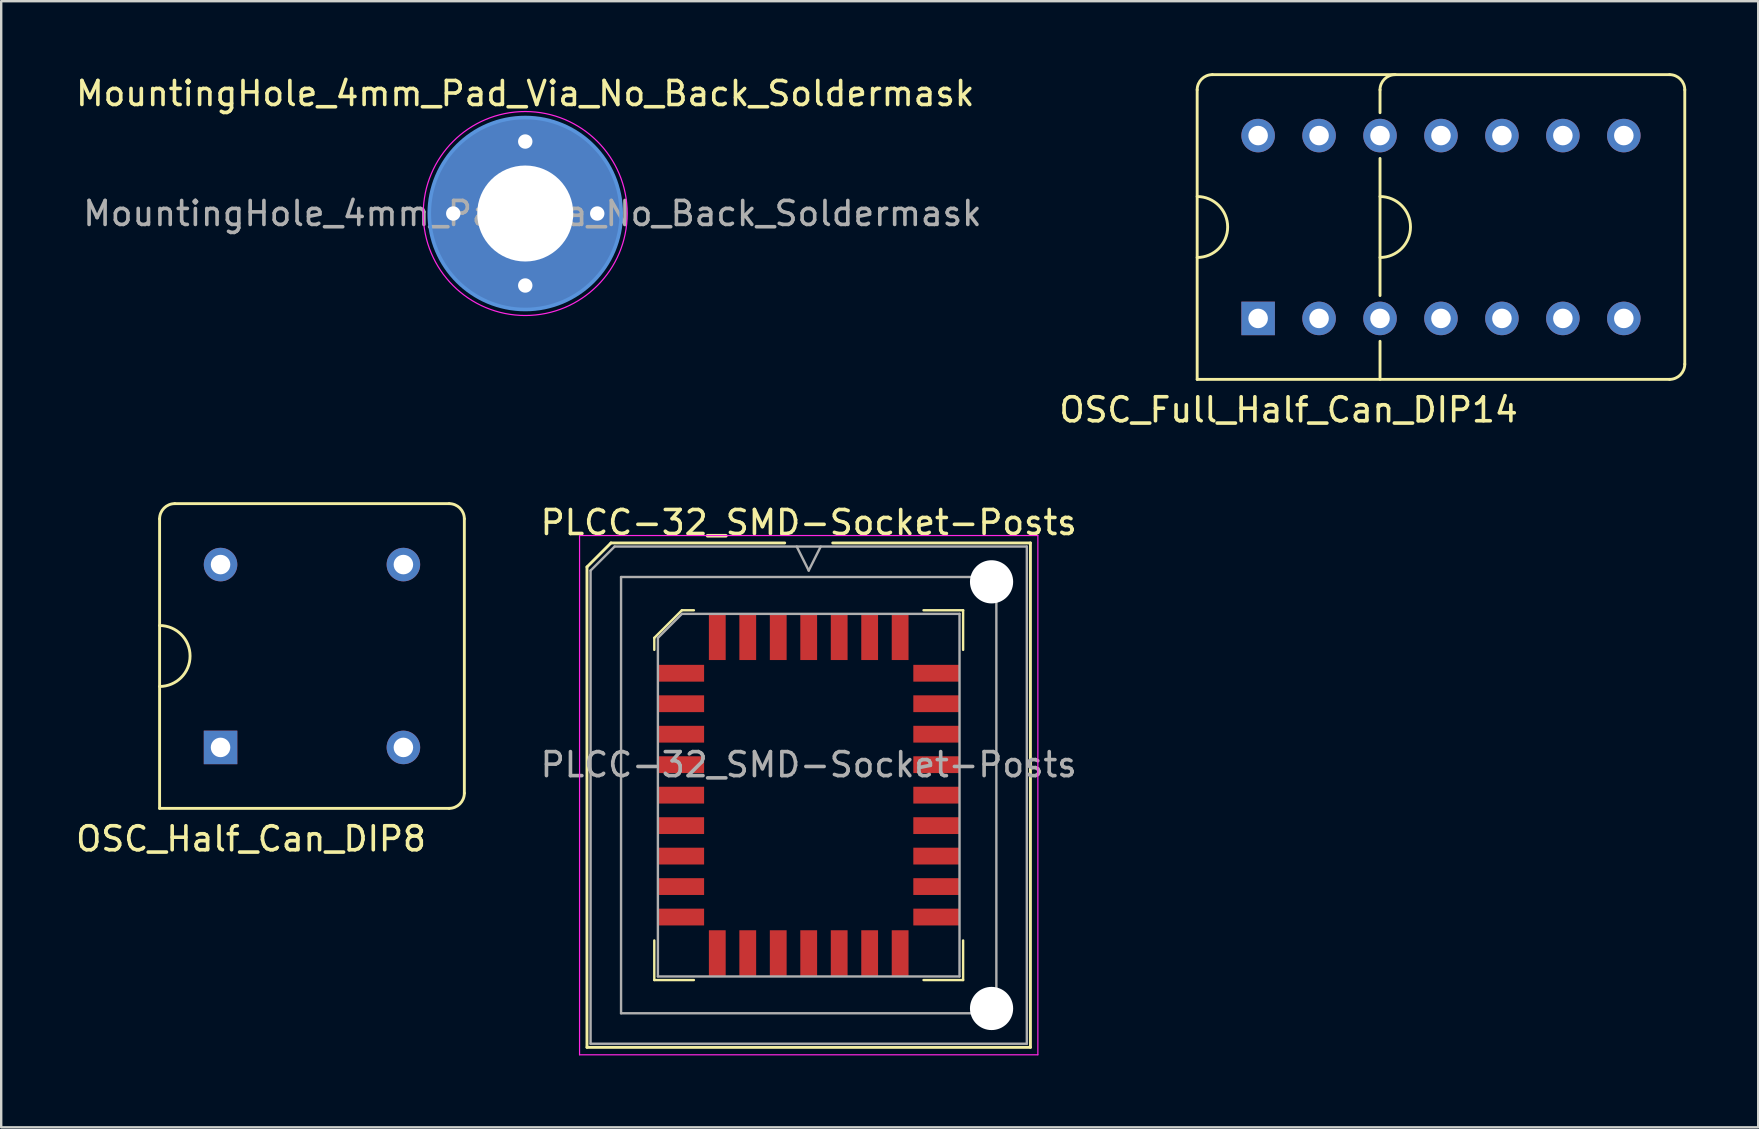
<source format=kicad_pcb>
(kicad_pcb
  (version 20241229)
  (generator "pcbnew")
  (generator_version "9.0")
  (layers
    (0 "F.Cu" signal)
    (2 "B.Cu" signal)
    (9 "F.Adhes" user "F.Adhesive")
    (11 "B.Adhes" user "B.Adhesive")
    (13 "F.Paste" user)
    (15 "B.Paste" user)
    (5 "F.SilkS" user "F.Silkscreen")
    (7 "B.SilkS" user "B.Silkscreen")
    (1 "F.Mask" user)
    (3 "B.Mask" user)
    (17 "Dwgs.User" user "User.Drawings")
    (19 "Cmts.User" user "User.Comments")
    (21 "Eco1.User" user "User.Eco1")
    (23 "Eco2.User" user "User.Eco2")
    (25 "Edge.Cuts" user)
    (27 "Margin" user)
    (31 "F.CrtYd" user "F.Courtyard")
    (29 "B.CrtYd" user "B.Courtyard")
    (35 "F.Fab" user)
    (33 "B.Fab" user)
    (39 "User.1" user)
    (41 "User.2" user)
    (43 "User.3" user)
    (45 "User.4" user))
  (footprint "MountingHole_4mm_Pad_Via_No_Back_Soldermask"
    (layer "F.Cu")
    (at 18.839 5.848)
    (property "Reference" "MountingHole_4mm_Pad_Via_No_Back_Soldermask" (at 0 -5 0) (layer "F.SilkS") (effects (font (size 1 1) (thickness 0.15))))
    (attr exclude_from_pos_files exclude_from_bom)
    (fp_circle (center 0 0) (end 4 0) (stroke (width 0.15) (type solid)) (fill no) (layer "Cmts.User"))
    (fp_circle (center 0 0) (end 4.25 0) (stroke (width 0.05) (type solid)) (fill no) (layer "F.CrtYd"))
    (fp_text user "${REFERENCE}" (at 0.3 0 0) (layer "F.Fab") (effects (font (size 1 1) (thickness 0.15))))
    (pad "1" thru_hole circle (at -3 0) (size 0.9 0.9) (drill 0.6) (layers "*.Cu" "F.Mask"))
    (pad "1" thru_hole circle (at 0 -3) (size 0.9 0.9) (drill 0.6) (layers "*.Cu" "F.Mask"))
    (pad "1" thru_hole circle (at 0 0) (size 8 8) (drill 4) (layers "*.Cu" "F.Mask"))
    (pad "1" thru_hole circle (at 0 3) (size 0.9 0.9) (drill 0.6) (layers "*.Cu" "F.Mask"))
    (pad "1" thru_hole circle (at 3 0) (size 0.9 0.9) (drill 0.6) (layers "*.Cu" "F.Mask")))
  (footprint "OSC_Full_Half_Can_DIP14"
    (layer "F.Cu")
    (at 57.001 6.41)
    (property "Reference" "OSC_Full_Half_Can_DIP14" (at -6.35 7.62 0) (layer "F.SilkS") (effects (font (size 1 1) (thickness 0.15))))
    (attr through_hole)
    (fp_line (start -10.16 6.35) (end -10.16 -5.715) (stroke (width 0.12) (type solid)) (layer "F.SilkS"))
    (fp_line (start -9.525 -6.35) (end 9.525 -6.35) (stroke (width 0.12) (type solid)) (layer "F.SilkS"))
    (fp_line (start -2.54 -5.715) (end -2.54 -4.763) (stroke (width 0.12) (type solid)) (layer "F.SilkS"))
    (fp_line (start -2.54 -2.857) (end -2.54 2.857) (stroke (width 0.12) (type solid)) (layer "F.SilkS"))
    (fp_line (start -2.54 6.35) (end -2.54 4.763) (stroke (width 0.12) (type solid)) (layer "F.SilkS"))
    (fp_line (start 9.525 6.35) (end -10.16 6.35) (stroke (width 0.12) (type solid)) (layer "F.SilkS"))
    (fp_line (start 10.16 -5.715) (end 10.16 5.715) (stroke (width 0.12) (type solid)) (layer "F.SilkS"))
    (fp_arc (start -10.16 -5.715) (mid -9.974013 -6.164013) (end -9.525 -6.35) (stroke (width 0.12) (type solid)) (layer "F.SilkS"))
    (fp_arc (start -10.16 -1.27) (mid -8.89 0) (end -10.16 1.27) (stroke (width 0.12) (type solid)) (layer "F.SilkS"))
    (fp_arc (start -2.54 -5.715) (mid -2.354013 -6.164013) (end -1.905 -6.35) (stroke (width 0.12) (type solid)) (layer "F.SilkS"))
    (fp_arc (start -2.54 -1.27) (mid -1.27 0) (end -2.54 1.27) (stroke (width 0.12) (type solid)) (layer "F.SilkS"))
    (fp_arc (start 9.525 -6.35) (mid 9.974013 -6.164013) (end 10.16 -5.715) (stroke (width 0.12) (type solid)) (layer "F.SilkS"))
    (fp_arc (start 10.16 5.715) (mid 9.974013 6.164013) (end 9.525 6.35) (stroke (width 0.12) (type solid)) (layer "F.SilkS"))
    (pad "1" thru_hole rect (at -7.62 3.81) (size 1.397 1.397) (drill 0.813) (layers "*.Cu" "*.Mask"))
    (pad "2" thru_hole circle (at -5.08 3.81) (size 1.397 1.397) (drill 0.813) (layers "*.Cu" "*.Mask"))
    (pad "3" thru_hole circle (at -2.54 3.81) (size 1.397 1.397) (drill 0.813) (layers "*.Cu" "*.Mask"))
    (pad "4" thru_hole circle (at 0 3.81) (size 1.397 1.397) (drill 0.813) (layers "*.Cu" "*.Mask"))
    (pad "5" thru_hole circle (at 2.54 3.81) (size 1.397 1.397) (drill 0.813) (layers "*.Cu" "*.Mask"))
    (pad "6" thru_hole circle (at 5.08 3.81) (size 1.397 1.397) (drill 0.813) (layers "*.Cu" "*.Mask"))
    (pad "7" thru_hole circle (at 7.62 3.81) (size 1.397 1.397) (drill 0.813) (layers "*.Cu" "*.Mask"))
    (pad "8" thru_hole circle (at 7.62 -3.81) (size 1.397 1.397) (drill 0.813) (layers "*.Cu" "*.Mask"))
    (pad "9" thru_hole circle (at 5.08 -3.81) (size 1.397 1.397) (drill 0.813) (layers "*.Cu" "*.Mask"))
    (pad "10" thru_hole circle (at 2.54 -3.81) (size 1.397 1.397) (drill 0.813) (layers "*.Cu" "*.Mask"))
    (pad "11" thru_hole circle (at 0 -3.81) (size 1.397 1.397) (drill 0.813) (layers "*.Cu" "*.Mask"))
    (pad "12" thru_hole circle (at -2.54 -3.81) (size 1.397 1.397) (drill 0.813) (layers "*.Cu" "*.Mask"))
    (pad "13" thru_hole circle (at -5.08 -3.81) (size 1.397 1.397) (drill 0.813) (layers "*.Cu" "*.Mask"))
    (pad "14" thru_hole circle (at -7.62 -3.81) (size 1.397 1.397) (drill 0.813) (layers "*.Cu" "*.Mask")))
  (footprint "PLCC-32_SMD-Socket-Posts"
    (layer "F.Cu")
    (at 30.652 30.087)
    (property "Reference" "PLCC-32_SMD-Socket-Posts" (at 0 -11.36 0) (layer "F.SilkS") (effects (font (size 1 1) (thickness 0.15))))
    (attr smd)
    (fp_line (start -9.24 -9.51) (end -9.24 10.51) (stroke (width 0.12) (type solid)) (layer "F.SilkS"))
    (fp_line (start -9.24 10.51) (end 9.24 10.51) (stroke (width 0.12) (type solid)) (layer "F.SilkS"))
    (fp_line (start -8.24 -10.51) (end -9.24 -9.51) (stroke (width 0.12) (type solid)) (layer "F.SilkS"))
    (fp_line (start -6.435 -6.555) (end -6.435 -6.055) (stroke (width 0.1) (type solid)) (layer "F.SilkS"))
    (fp_line (start -6.435 7.705) (end -6.435 6.055) (stroke (width 0.1) (type solid)) (layer "F.SilkS"))
    (fp_line (start -5.285 -7.705) (end -6.435 -6.555) (stroke (width 0.1) (type solid)) (layer "F.SilkS"))
    (fp_line (start -4.785 -7.705) (end -5.285 -7.705) (stroke (width 0.1) (type solid)) (layer "F.SilkS"))
    (fp_line (start -4.785 7.705) (end -6.435 7.705) (stroke (width 0.1) (type solid)) (layer "F.SilkS"))
    (fp_line (start -1 -10.51) (end -8.24 -10.51) (stroke (width 0.12) (type solid)) (layer "F.SilkS"))
    (fp_line (start 4.785 -7.705) (end 6.435 -7.705) (stroke (width 0.1) (type solid)) (layer "F.SilkS"))
    (fp_line (start 4.785 7.705) (end 6.435 7.705) (stroke (width 0.1) (type solid)) (layer "F.SilkS"))
    (fp_line (start 6.435 -7.705) (end 6.435 -6.055) (stroke (width 0.1) (type solid)) (layer "F.SilkS"))
    (fp_line (start 6.435 7.705) (end 6.435 6.055) (stroke (width 0.1) (type solid)) (layer "F.SilkS"))
    (fp_line (start 9.24 -10.51) (end 1 -10.51) (stroke (width 0.12) (type solid)) (layer "F.SilkS"))
    (fp_line (start 9.24 10.51) (end 9.24 -10.51) (stroke (width 0.12) (type solid)) (layer "F.SilkS"))
    (fp_line (start -9.55 -10.82) (end -9.55 10.82) (stroke (width 0.05) (type solid)) (layer "F.CrtYd"))
    (fp_line (start -9.55 10.82) (end 9.55 10.82) (stroke (width 0.05) (type solid)) (layer "F.CrtYd"))
    (fp_line (start 9.55 -10.82) (end -9.55 -10.82) (stroke (width 0.05) (type solid)) (layer "F.CrtYd"))
    (fp_line (start 9.55 10.82) (end 9.55 -10.82) (stroke (width 0.05) (type solid)) (layer "F.CrtYd"))
    (fp_line (start -9.09 -9.36) (end -9.09 10.36) (stroke (width 0.1) (type solid)) (layer "F.Fab"))
    (fp_line (start -9.09 10.36) (end 9.09 10.36) (stroke (width 0.1) (type solid)) (layer "F.Fab"))
    (fp_line (start -8.09 -10.36) (end -9.09 -9.36) (stroke (width 0.1) (type solid)) (layer "F.Fab"))
    (fp_line (start -7.82 -9.09) (end -7.82 9.09) (stroke (width 0.1) (type solid)) (layer "F.Fab"))
    (fp_line (start -7.82 9.09) (end 7.82 9.09) (stroke (width 0.1) (type solid)) (layer "F.Fab"))
    (fp_line (start -6.285 -6.555) (end -6.285 7.555) (stroke (width 0.1) (type solid)) (layer "F.Fab"))
    (fp_line (start -6.285 7.555) (end 6.285 7.555) (stroke (width 0.1) (type solid)) (layer "F.Fab"))
    (fp_line (start -5.285 -7.555) (end -6.285 -6.555) (stroke (width 0.1) (type solid)) (layer "F.Fab"))
    (fp_line (start -0.5 -10.36) (end 0 -9.36) (stroke (width 0.1) (type solid)) (layer "F.Fab"))
    (fp_line (start 0 -9.36) (end 0.5 -10.36) (stroke (width 0.1) (type solid)) (layer "F.Fab"))
    (fp_line (start 6.285 -7.555) (end -5.285 -7.555) (stroke (width 0.1) (type solid)) (layer "F.Fab"))
    (fp_line (start 6.285 7.555) (end 6.285 -7.555) (stroke (width 0.1) (type solid)) (layer "F.Fab"))
    (fp_line (start 7.82 -9.09) (end -7.82 -9.09) (stroke (width 0.1) (type solid)) (layer "F.Fab"))
    (fp_line (start 7.82 9.09) (end 7.82 -9.09) (stroke (width 0.1) (type solid)) (layer "F.Fab"))
    (fp_line (start 9.09 -10.36) (end -8.09 -10.36) (stroke (width 0.1) (type solid)) (layer "F.Fab"))
    (fp_line (start 9.09 10.36) (end 9.09 -10.36) (stroke (width 0.1) (type solid)) (layer "F.Fab"))
    (fp_text user "${REFERENCE}" (at 0 -1.27 0) (layer "F.Fab") (effects (font (size 1 1) (thickness 0.15))))
    (pad "" np_thru_hole circle (at 7.62 -8.89) (size 1.8 1.8) (drill 1.8) (layers "*.Cu"))
    (pad "" np_thru_hole circle (at 7.62 8.89) (size 1.8 1.8) (drill 1.8) (layers "*.Cu"))
    (pad "1" smd rect (at 0 -6.593) (size 0.7 1.925) (layers "F.Cu" "F.Mask" "F.Paste"))
    (pad "2" smd rect (at -1.27 -6.593) (size 0.7 1.925) (layers "F.Cu" "F.Mask" "F.Paste"))
    (pad "3" smd rect (at -2.54 -6.593) (size 0.7 1.925) (layers "F.Cu" "F.Mask" "F.Paste"))
    (pad "4" smd rect (at -3.81 -6.593) (size 0.7 1.925) (layers "F.Cu" "F.Mask" "F.Paste"))
    (pad "5" smd rect (at -5.322 -5.08) (size 1.925 0.7) (layers "F.Cu" "F.Mask" "F.Paste"))
    (pad "6" smd rect (at -5.322 -3.81) (size 1.925 0.7) (layers "F.Cu" "F.Mask" "F.Paste"))
    (pad "7" smd rect (at -5.322 -2.54) (size 1.925 0.7) (layers "F.Cu" "F.Mask" "F.Paste"))
    (pad "8" smd rect (at -5.322 -1.27) (size 1.925 0.7) (layers "F.Cu" "F.Mask" "F.Paste"))
    (pad "9" smd rect (at -5.322 0) (size 1.925 0.7) (layers "F.Cu" "F.Mask" "F.Paste"))
    (pad "10" smd rect (at -5.322 1.27) (size 1.925 0.7) (layers "F.Cu" "F.Mask" "F.Paste"))
    (pad "11" smd rect (at -5.322 2.54) (size 1.925 0.7) (layers "F.Cu" "F.Mask" "F.Paste"))
    (pad "12" smd rect (at -5.322 3.81) (size 1.925 0.7) (layers "F.Cu" "F.Mask" "F.Paste"))
    (pad "13" smd rect (at -5.322 5.08) (size 1.925 0.7) (layers "F.Cu" "F.Mask" "F.Paste"))
    (pad "14" smd rect (at -3.81 6.593) (size 0.7 1.925) (layers "F.Cu" "F.Mask" "F.Paste"))
    (pad "15" smd rect (at -2.54 6.593) (size 0.7 1.925) (layers "F.Cu" "F.Mask" "F.Paste"))
    (pad "16" smd rect (at -1.27 6.593) (size 0.7 1.925) (layers "F.Cu" "F.Mask" "F.Paste"))
    (pad "17" smd rect (at 0 6.593) (size 0.7 1.925) (layers "F.Cu" "F.Mask" "F.Paste"))
    (pad "18" smd rect (at 1.27 6.593) (size 0.7 1.925) (layers "F.Cu" "F.Mask" "F.Paste"))
    (pad "19" smd rect (at 2.54 6.593) (size 0.7 1.925) (layers "F.Cu" "F.Mask" "F.Paste"))
    (pad "20" smd rect (at 3.81 6.593) (size 0.7 1.925) (layers "F.Cu" "F.Mask" "F.Paste"))
    (pad "21" smd rect (at 5.322 5.08) (size 1.925 0.7) (layers "F.Cu" "F.Mask" "F.Paste"))
    (pad "22" smd rect (at 5.322 3.81) (size 1.925 0.7) (layers "F.Cu" "F.Mask" "F.Paste"))
    (pad "23" smd rect (at 5.322 2.54) (size 1.925 0.7) (layers "F.Cu" "F.Mask" "F.Paste"))
    (pad "24" smd rect (at 5.322 1.27) (size 1.925 0.7) (layers "F.Cu" "F.Mask" "F.Paste"))
    (pad "25" smd rect (at 5.322 0) (size 1.925 0.7) (layers "F.Cu" "F.Mask" "F.Paste"))
    (pad "26" smd rect (at 5.322 -1.27) (size 1.925 0.7) (layers "F.Cu" "F.Mask" "F.Paste"))
    (pad "27" smd rect (at 5.322 -2.54) (size 1.925 0.7) (layers "F.Cu" "F.Mask" "F.Paste"))
    (pad "28" smd rect (at 5.322 -3.81) (size 1.925 0.7) (layers "F.Cu" "F.Mask" "F.Paste"))
    (pad "29" smd rect (at 5.322 -5.08) (size 1.925 0.7) (layers "F.Cu" "F.Mask" "F.Paste"))
    (pad "30" smd rect (at 3.81 -6.593) (size 0.7 1.925) (layers "F.Cu" "F.Mask" "F.Paste"))
    (pad "31" smd rect (at 2.54 -6.593) (size 0.7 1.925) (layers "F.Cu" "F.Mask" "F.Paste"))
    (pad "32" smd rect (at 1.27 -6.593) (size 0.7 1.925) (layers "F.Cu" "F.Mask" "F.Paste")))
  (footprint "OSC_Half_Can_DIP8"
    (layer "F.Cu")
    (at 9.951 24.288)
    (property "Reference" "OSC_Half_Can_DIP8" (at -2.54 7.62 0) (layer "F.SilkS") (effects (font (size 1 1) (thickness 0.15))))
    (attr through_hole)
    (fp_line (start -6.35 -5.715) (end -6.35 6.35) (stroke (width 0.12) (type solid)) (layer "F.SilkS"))
    (fp_line (start -5.715 -6.35) (end 5.715 -6.35) (stroke (width 0.12) (type solid)) (layer "F.SilkS"))
    (fp_line (start 5.715 6.35) (end -6.35 6.35) (stroke (width 0.12) (type solid)) (layer "F.SilkS"))
    (fp_line (start 6.35 5.715) (end 6.35 -5.715) (stroke (width 0.12) (type solid)) (layer "F.SilkS"))
    (fp_arc (start -6.35 -5.715) (mid -6.164013 -6.164013) (end -5.715 -6.35) (stroke (width 0.12) (type solid)) (layer "F.SilkS"))
    (fp_arc (start -6.35 -1.27) (mid -5.08 0) (end -6.35 1.27) (stroke (width 0.12) (type solid)) (layer "F.SilkS"))
    (fp_arc (start 5.715 -6.35) (mid 6.164013 -6.164013) (end 6.35 -5.715) (stroke (width 0.12) (type solid)) (layer "F.SilkS"))
    (fp_arc (start 6.35 5.715) (mid 6.164013 6.164013) (end 5.715 6.35) (stroke (width 0.12) (type solid)) (layer "F.SilkS"))
    (pad "1" thru_hole rect (at -3.81 3.81) (size 1.397 1.397) (drill 0.813) (layers "*.Cu" "*.Mask"))
    (pad "4" thru_hole circle (at 3.81 3.81) (size 1.397 1.397) (drill 0.813) (layers "*.Cu" "*.Mask"))
    (pad "5" thru_hole circle (at 3.81 -3.81) (size 1.397 1.397) (drill 0.813) (layers "*.Cu" "*.Mask"))
    (pad "8" thru_hole circle (at -3.81 -3.81) (size 1.397 1.397) (drill 0.813) (layers "*.Cu" "*.Mask")))
  (gr_rect
    (start -3 -3)
    (end 70.221 43.931)
    (stroke (width 0.1) (type default))
    (fill no)
    (layer "Edge.Cuts")))
</source>
